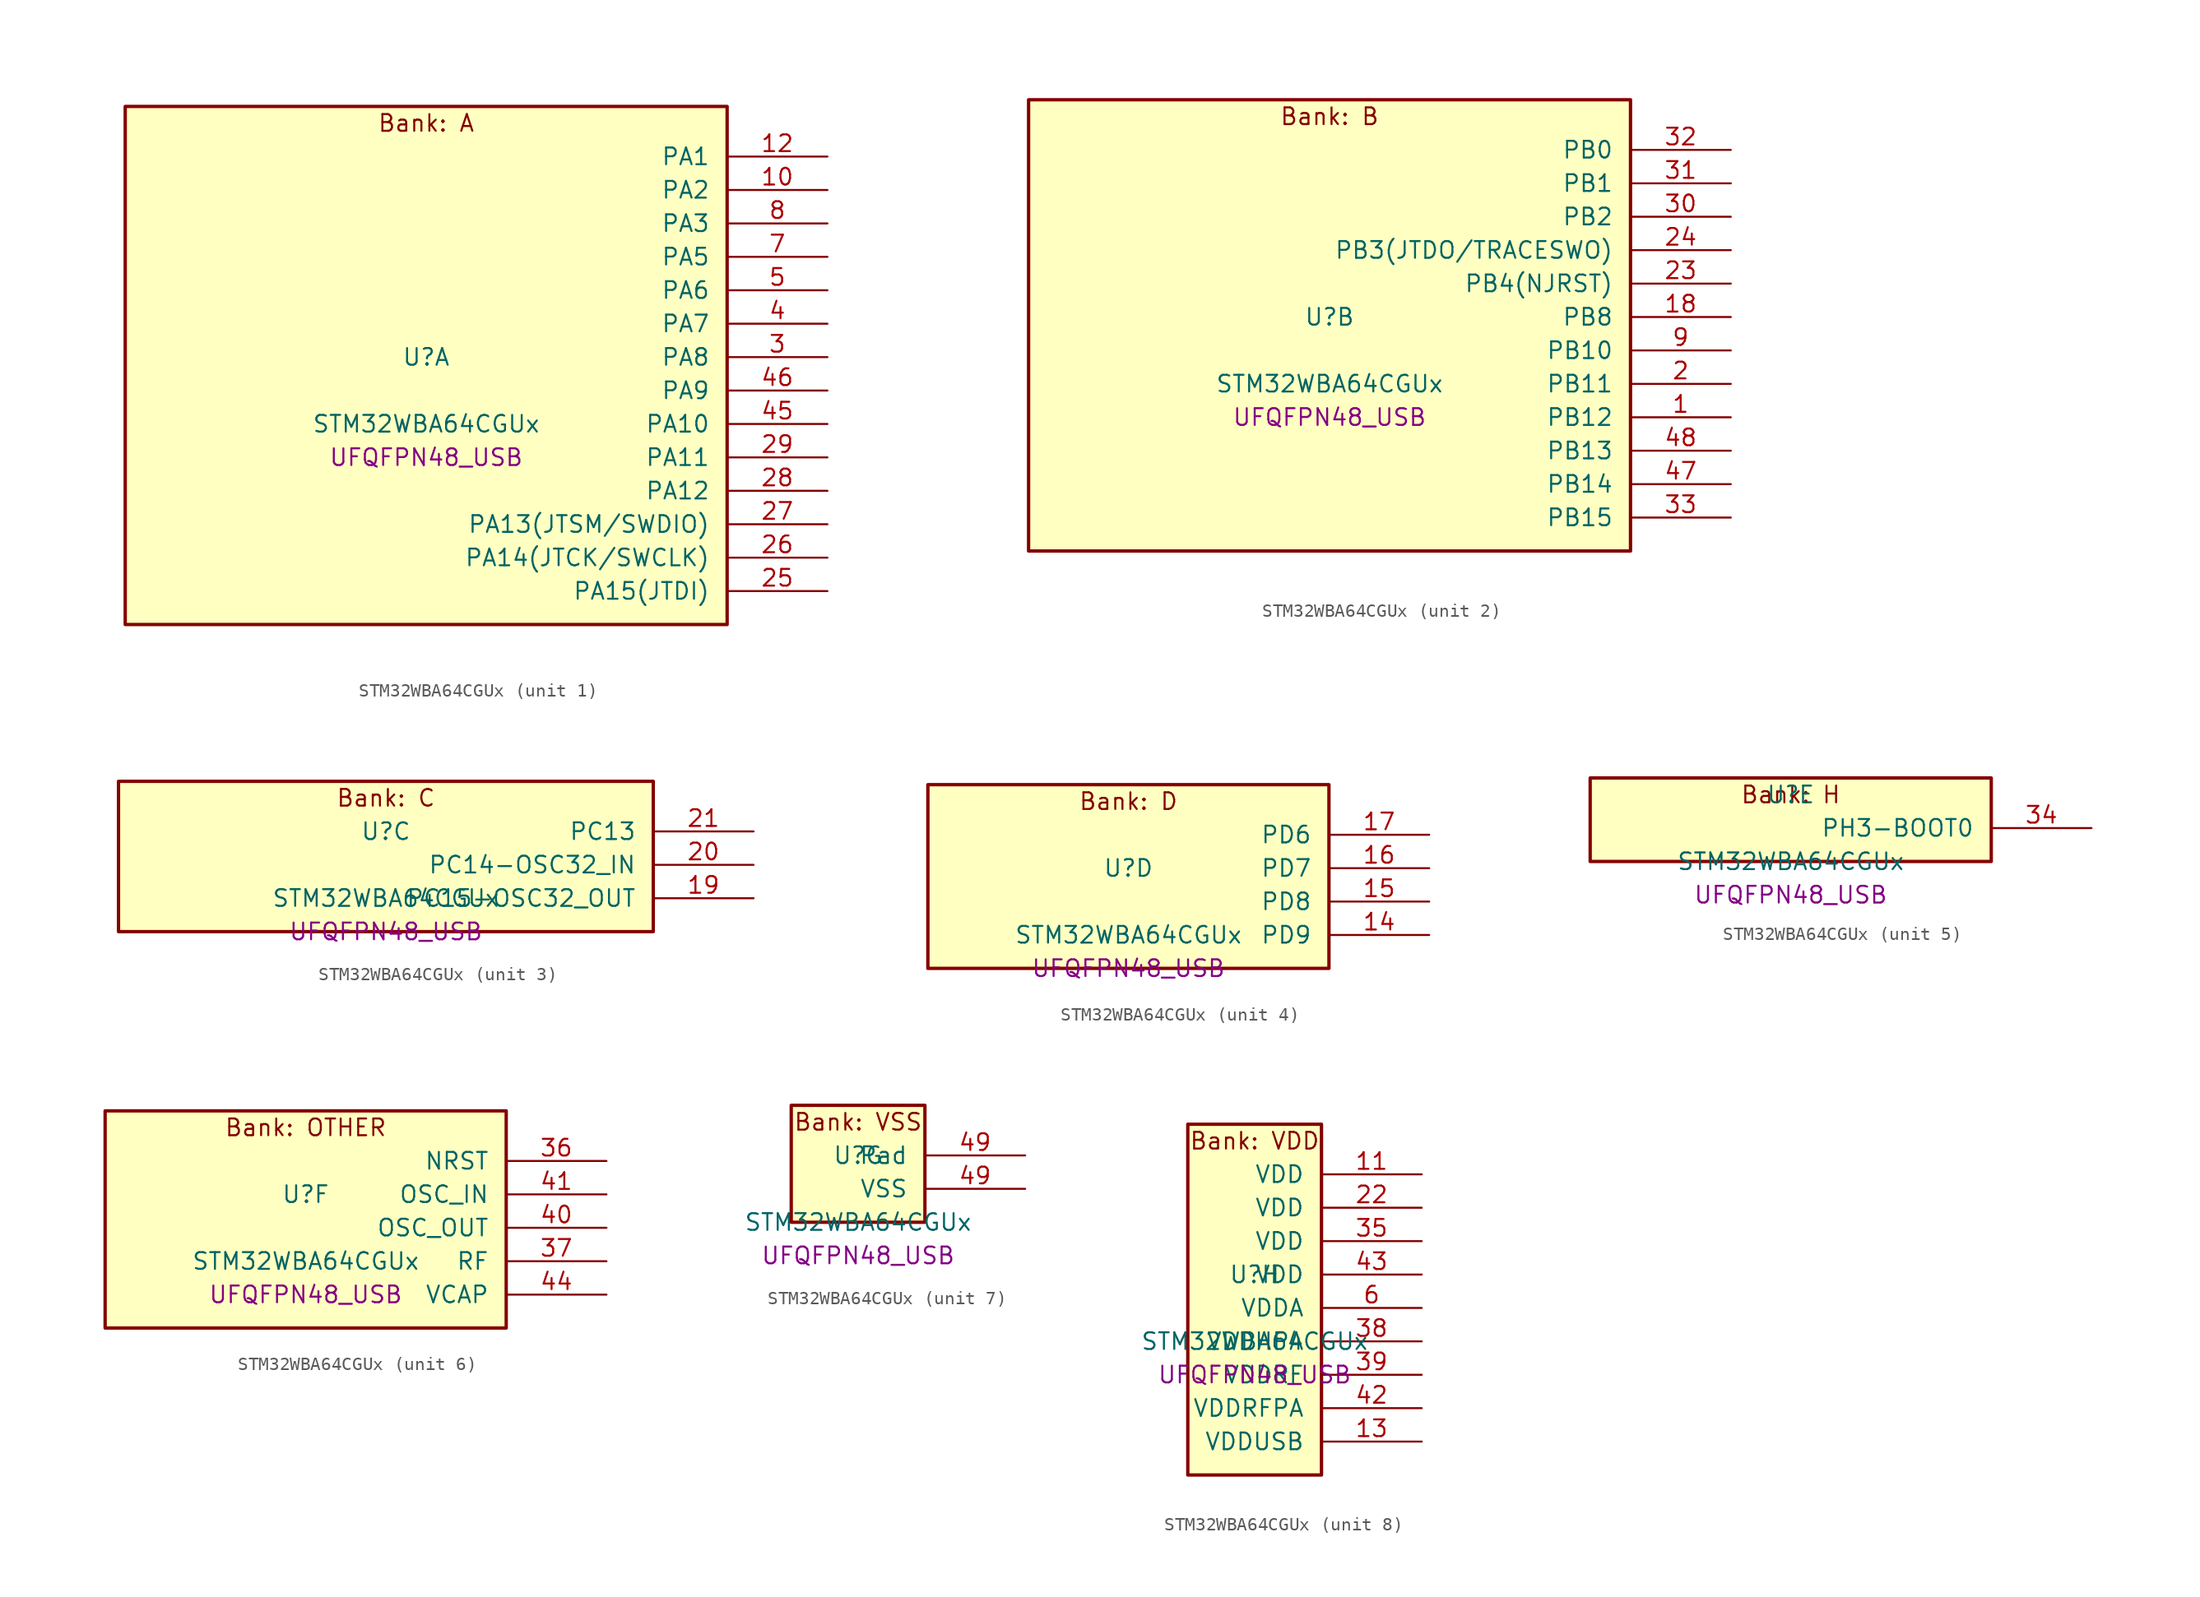
<source format=kicad_sym>
(kicad_symbol_lib
  (version 20241209)
  (generator "stm32_pkl_generator")
  (generator_version "1.0")
  (symbol "STM32WBA64CGUx"
    (pin_names
      (offset 1.27))
    (property "Reference" "U"
      (at 0 2.54 0))
    (property "Value" "STM32WBA64CGUx"
      (at 0 -2.54 0))
    (property "Footprint" "UFQFPN48_USB"
      (at 0 -5.08 0))
    (symbol "STM32WBA64CGUx_1_1"
      (rectangle (start -22.86 21.59) (end 22.86 -17.78) (stroke (width 0.254) (type solid)) (fill (type background)))
      (text "Bank: A" (at 0 20.32 0))
      (pin bidirectional line (at 30.48 17.78 180) (length 7.62) (name "PA1") (number "12") (alternate "PA1/ADC4_IN8" bidirectional line) (alternate "PA1/COMP1_INM" bidirectional line) (alternate "PA1/LPTIM2_CH2" bidirectional line) (alternate "PA1/LPUART1_RX" bidirectional line) (alternate "PA1/PWR_WKUP3" bidirectional line) (alternate "PA1/SAI1_CK1" bidirectional line) (alternate "PA1/SPI1_RDY" bidirectional line) (alternate "PA1/SPI3_MISO" bidirectional line) (alternate "PA1/TIM17_CH1" bidirectional line) (alternate "PA1/TIM1_CH1N" bidirectional line) (alternate "PA1/TIM3_CH2" bidirectional line) (alternate "PA1/TSC_G2_IO1" bidirectional line) (alternate "PA1/USART1_CK" bidirectional line))
      (pin bidirectional line (at 30.48 15.24 180) (length 7.62) (name "PA2") (number "10") (alternate "PA2/ADC4_IN7" bidirectional line) (alternate "PA2/COMP1_INP" bidirectional line) (alternate "PA2/LPUART1_TX" bidirectional line) (alternate "PA2/PWR_WKUP4" bidirectional line) (alternate "PA2/RCC_LSCO" bidirectional line) (alternate "PA2/SAI1_D1" bidirectional line) (alternate "PA2/TIM16_CH1" bidirectional line) (alternate "PA2/TIM1_BKIN" bidirectional line) (alternate "PA2/TIM3_CH1" bidirectional line) (alternate "PA2/TSC_G4_IO4" bidirectional line) (alternate "PA2/USART1_DE" bidirectional line) (alternate "PA2/USART1_RTS" bidirectional line))
      (pin bidirectional line (at 30.48 12.7 180) (length 7.62) (name "PA3") (number "8") (alternate "PA3/ADC4_IN6" bidirectional line) (alternate "PA3/PWR_WKUP5" bidirectional line) (alternate "PA3/TIM16_CH1N" bidirectional line) (alternate "PA3/TSC_G4_IO2" bidirectional line) (alternate "PA3/USART1_DE" bidirectional line) (alternate "PA3/USART1_RTS" bidirectional line))
      (pin bidirectional line (at 30.48 10.16 180) (length 7.62) (name "PA5") (number "7") (alternate "PA5/ADC4_IN4" bidirectional line) (alternate "PA5/AUDIOCLK" bidirectional line) (alternate "PA5/LPTIM2_ETR" bidirectional line) (alternate "PA5/PWR_CSLEEP" bidirectional line) (alternate "PA5/PWR_WKUP6" bidirectional line) (alternate "PA5/SAI1_D2" bidirectional line) (alternate "PA5/SPI3_NSS" bidirectional line) (alternate "PA5/TIM2_CH1" bidirectional line) (alternate "PA5/TIM2_ETR" bidirectional line) (alternate "PA5/TSC_G1_IO4" bidirectional line) (alternate "PA5/USART1_CK" bidirectional line) (alternate "PA5/USART3_RX" bidirectional line))
      (pin bidirectional line (at 30.48 7.62 180) (length 7.62) (name "PA6") (number "5") (alternate "PA6/ADC4_IN3" bidirectional line) (alternate "PA6/I2C3_SCL" bidirectional line) (alternate "PA6/PWR_CSTOP" bidirectional line) (alternate "PA6/PWR_WKUP7" bidirectional line) (alternate "PA6/SAI1_CK2" bidirectional line) (alternate "PA6/SAI1_MCLK_A" bidirectional line) (alternate "PA6/SPI3_RDY" bidirectional line) (alternate "PA6/TIM2_CH4" bidirectional line) (alternate "PA6/TSC_G1_IO3" bidirectional line) (alternate "PA6/USART1_DE" bidirectional line) (alternate "PA6/USART1_RTS" bidirectional line) (alternate "PA6/USART3_CTS" bidirectional line))
      (pin bidirectional line (at 30.48 5.08 180) (length 7.62) (name "PA7") (number "4") (alternate "PA7/ADC4_IN2" bidirectional line) (alternate "PA7/COMP1_OUT" bidirectional line) (alternate "PA7/I2C3_SDA" bidirectional line) (alternate "PA7/PWR_WKUP8" bidirectional line) (alternate "PA7/SAI1_SCK_A" bidirectional line) (alternate "PA7/SPI3_SCK" bidirectional line) (alternate "PA7/TAMP_IN1" bidirectional line) (alternate "PA7/TAMP_OUT2" bidirectional line) (alternate "PA7/TIM2_CH3" bidirectional line) (alternate "PA7/TSC_G1_IO2" bidirectional line) (alternate "PA7/USART1_CTS" bidirectional line) (alternate "PA7/USART3_TX" bidirectional line))
      (pin bidirectional line (at 30.48 2.54 180) (length 7.62) (name "PA8") (number "3") (alternate "PA8/ADC4_IN1" bidirectional line) (alternate "PA8/LPTIM1_CH2" bidirectional line) (alternate "PA8/RCC_MCO" bidirectional line) (alternate "PA8/SAI1_FS_A" bidirectional line) (alternate "PA8/SPI3_RDY" bidirectional line) (alternate "PA8/TIM2_CH2" bidirectional line) (alternate "PA8/TSC_G1_IO1" bidirectional line) (alternate "PA8/USART1_RX" bidirectional line) (alternate "PA8/USB_OTG_HS_SOF" bidirectional line))
      (pin bidirectional line (at 30.48 0 180) (length 7.62) (name "PA9") (number "46") (alternate "PA9/LPUART1_DE" bidirectional line) (alternate "PA9/LPUART1_RTS" bidirectional line) (alternate "PA9/SAI1_CK1" bidirectional line) (alternate "PA9/TIM3_CH2" bidirectional line))
      (pin bidirectional line (at 30.48 -2.54 180) (length 7.62) (name "PA10") (number "45") (alternate "PA10/LPUART1_RX" bidirectional line) (alternate "PA10/SAI1_D1" bidirectional line) (alternate "PA10/TIM3_CH1" bidirectional line))
      (pin bidirectional line (at 30.48 -5.08 180) (length 7.62) (name "PA11") (number "29") (alternate "PA11/LPTIM2_CH1" bidirectional line) (alternate "PA11/RF_ANTSW1" bidirectional line) (alternate "PA11/TIM1_CH1" bidirectional line) (alternate "PA11/USART2_RX" bidirectional line))
      (pin bidirectional line (at 30.48 -7.62 180) (length 7.62) (name "PA12") (number "28") (alternate "PA12/PTA_STATUS" bidirectional line) (alternate "PA12/PWR_WKUP6" bidirectional line) (alternate "PA12/RF_ANTSW0" bidirectional line) (alternate "PA12/SPI1_NSS" bidirectional line) (alternate "PA12/TIM1_CH2" bidirectional line) (alternate "PA12/TSC_G3_IO4" bidirectional line) (alternate "PA12/USART2_TX" bidirectional line))
      (pin bidirectional line (at 30.48 -10.16 180) (length 7.62) (name "PA13(JTSM/SWDIO)") (number "27") (alternate "PA13(JTSM/SWDIO)/DEBUG_JTMS-SWDIO" bidirectional line) (alternate "PA13(JTSM/SWDIO)/PTA_PRIORITY" bidirectional line))
      (pin bidirectional line (at 30.48 -12.7 180) (length 7.62) (name "PA14(JTCK/SWCLK)") (number "26") (alternate "PA14(JTCK/SWCLK)/DEBUG_JTCK-SWCLK" bidirectional line) (alternate "PA14(JTCK/SWCLK)/I2C4_SMBA" bidirectional line) (alternate "PA14(JTCK/SWCLK)/PTA_STATUS" bidirectional line) (alternate "PA14(JTCK/SWCLK)/TAMP_IN3" bidirectional line) (alternate "PA14(JTCK/SWCLK)/TAMP_OUT6" bidirectional line) (alternate "PA14(JTCK/SWCLK)/USART2_TX" bidirectional line) (alternate "PA14(JTCK/SWCLK)/USB_OTG_HS_SOF" bidirectional line))
      (pin bidirectional line (at 30.48 -15.24 180) (length 7.62) (name "PA15(JTDI)") (number "25") (alternate "PA15(JTDI)/ADC4_EXTI15" bidirectional line) (alternate "PA15(JTDI)/DEBUG_JTDI" bidirectional line) (alternate "PA15(JTDI)/I2C1_SCL" bidirectional line) (alternate "PA15(JTDI)/LPTIM1_CH2" bidirectional line) (alternate "PA15(JTDI)/PTA_STATUS" bidirectional line) (alternate "PA15(JTDI)/SPI1_MOSI" bidirectional line) (alternate "PA15(JTDI)/TIM17_BKIN" bidirectional line) (alternate "PA15(JTDI)/TIM1_ETR" bidirectional line) (alternate "PA15(JTDI)/TSC_G3_IO3" bidirectional line) (alternate "PA15(JTDI)/USART2_DE" bidirectional line) (alternate "PA15(JTDI)/USART2_RTS" bidirectional line) (alternate "PA15(JTDI)/USART3_DE" bidirectional line) (alternate "PA15(JTDI)/USART3_RTS" bidirectional line)))
    (symbol "STM32WBA64CGUx_2_1"
      (rectangle (start -22.86 19.05) (end 22.86 -15.24) (stroke (width 0.254) (type solid)) (fill (type background)))
      (text "Bank: B" (at 0 17.78 0))
      (pin bidirectional line (at 30.48 15.24 180) (length 7.62) (name "PB0") (number "32") (alternate "PB0/LPTIM2_IN2" bidirectional line) (alternate "PB0/TIM1_CH3N" bidirectional line) (alternate "PB0/USART2_TX" bidirectional line) (alternate "PB0/USART3_CK" bidirectional line))
      (pin bidirectional line (at 30.48 12.7 180) (length 7.62) (name "PB1") (number "31") (alternate "PB1/I2C1_SDA" bidirectional line) (alternate "PB1/I2C3_SDA" bidirectional line) (alternate "PB1/PWR_WKUP4" bidirectional line) (alternate "PB1/TIM1_CH2N" bidirectional line) (alternate "PB1/USART2_DE" bidirectional line) (alternate "PB1/USART2_RTS" bidirectional line) (alternate "PB1/USART3_DE" bidirectional line) (alternate "PB1/USART3_RTS" bidirectional line))
      (pin bidirectional line (at 30.48 10.16 180) (length 7.62) (name "PB2") (number "30") (alternate "PB2/I2C1_SCL" bidirectional line) (alternate "PB2/I2C3_SCL" bidirectional line) (alternate "PB2/PWR_WKUP1" bidirectional line) (alternate "PB2/RF_ANTSW2" bidirectional line) (alternate "PB2/RTC_OUT2" bidirectional line) (alternate "PB2/TIM1_CH1N" bidirectional line) (alternate "PB2/USART2_CTS" bidirectional line))
      (pin bidirectional line (at 30.48 7.62 180) (length 7.62) (name "PB3(JTDO/TRACESWO)") (number "24") (alternate "PB3(JTDO/TRACESWO)/DEBUG_JTDO-SWO" bidirectional line) (alternate "PB3(JTDO/TRACESWO)/I2C1_SDA" bidirectional line) (alternate "PB3(JTDO/TRACESWO)/LPTIM1_IN2" bidirectional line) (alternate "PB3(JTDO/TRACESWO)/PTA_ACTIVE" bidirectional line) (alternate "PB3(JTDO/TRACESWO)/SPI1_MISO" bidirectional line) (alternate "PB3(JTDO/TRACESWO)/TIM17_CH1N" bidirectional line) (alternate "PB3(JTDO/TRACESWO)/TIM1_CH4" bidirectional line) (alternate "PB3(JTDO/TRACESWO)/TSC_G3_IO2" bidirectional line) (alternate "PB3(JTDO/TRACESWO)/USART2_CK" bidirectional line))
      (pin bidirectional line (at 30.48 5.08 180) (length 7.62) (name "PB4(NJRST)") (number "23") (alternate "PB4(NJRST)/DEBUG_NJTRST" bidirectional line) (alternate "PB4(NJRST)/LPTIM2_IN2" bidirectional line) (alternate "PB4(NJRST)/PTA_ACTIVE" bidirectional line) (alternate "PB4(NJRST)/PTA_PRIORITY" bidirectional line) (alternate "PB4(NJRST)/SAI1_MCLK_B" bidirectional line) (alternate "PB4(NJRST)/SPI1_SCK" bidirectional line) (alternate "PB4(NJRST)/TIM17_CH1" bidirectional line) (alternate "PB4(NJRST)/TIM1_CH3" bidirectional line) (alternate "PB4(NJRST)/TSC_G3_IO1" bidirectional line) (alternate "PB4(NJRST)/USART2_RX" bidirectional line))
      (pin bidirectional line (at 30.48 2.54 180) (length 7.62) (name "PB8") (number "18") (alternate "PB8/COMP1_OUT" bidirectional line) (alternate "PB8/LPTIM1_ETR" bidirectional line) (alternate "PB8/PWR_PVD_IN" bidirectional line) (alternate "PB8/SPI3_MOSI" bidirectional line) (alternate "PB8/TIM16_CH1N" bidirectional line) (alternate "PB8/TIM1_CH1" bidirectional line) (alternate "PB8/TIM3_ETR" bidirectional line) (alternate "PB8/TIM4_CH3" bidirectional line) (alternate "PB8/TSC_G2_IO4" bidirectional line) (alternate "PB8/USART2_RX" bidirectional line))
      (pin bidirectional line (at 30.48 0 180) (length 7.62) (name "PB10") (number "9") (alternate "PB10/I2C2_SCL" bidirectional line) (alternate "PB10/I2C4_SCL" bidirectional line) (alternate "PB10/TIM16_BKIN" bidirectional line) (alternate "PB10/TSC_G4_IO3" bidirectional line) (alternate "PB10/USART1_CK" bidirectional line) (alternate "PB10/USART3_TX" bidirectional line))
      (pin bidirectional line (at 30.48 -2.54 180) (length 7.62) (name "PB11") (number "2") (alternate "PB11/I2C2_SDA" bidirectional line) (alternate "PB11/I2C4_SDA" bidirectional line) (alternate "PB11/LPTIM1_CH1" bidirectional line) (alternate "PB11/LPTIM1_ETR" bidirectional line) (alternate "PB11/LPUART1_TX" bidirectional line) (alternate "PB11/USART3_RX" bidirectional line))
      (pin bidirectional line (at 30.48 -5.08 180) (length 7.62) (name "PB12") (number "1") (alternate "PB12/I2C2_SMBA" bidirectional line) (alternate "PB12/SAI1_SD_A" bidirectional line) (alternate "PB12/SPI1_RDY" bidirectional line) (alternate "PB12/TIM2_CH1" bidirectional line) (alternate "PB12/TIM2_ETR" bidirectional line) (alternate "PB12/TIM3_ETR" bidirectional line) (alternate "PB12/TSC_SYNC" bidirectional line) (alternate "PB12/USART1_TX" bidirectional line) (alternate "PB12/USART3_CK" bidirectional line))
      (pin bidirectional line (at 30.48 -7.62 180) (length 7.62) (name "PB13") (number "48") (alternate "PB13/I2C2_SCL" bidirectional line) (alternate "PB13/TIM3_CH4" bidirectional line) (alternate "PB13/TSC_G6_IO2" bidirectional line) (alternate "PB13/USART3_CTS" bidirectional line))
      (pin bidirectional line (at 30.48 -10.16 180) (length 7.62) (name "PB14") (number "47") (alternate "PB14/I2C2_SDA" bidirectional line) (alternate "PB14/PWR_WKUP7" bidirectional line) (alternate "PB14/RTC_REFIN" bidirectional line) (alternate "PB14/SAI1_SD_A" bidirectional line) (alternate "PB14/TIM3_CH3" bidirectional line) (alternate "PB14/TSC_G6_IO1" bidirectional line) (alternate "PB14/USART1_TX" bidirectional line) (alternate "PB14/USART3_DE" bidirectional line) (alternate "PB14/USART3_RTS" bidirectional line))
      (pin bidirectional line (at 30.48 -12.7 180) (length 7.62) (name "PB15") (number "33") (alternate "PB15/ADC4_EXTI15" bidirectional line) (alternate "PB15/I2C1_SMBA" bidirectional line) (alternate "PB15/I2C3_SMBA" bidirectional line) (alternate "PB15/LPUART1_CTS" bidirectional line) (alternate "PB15/PTA_GRANT" bidirectional line) (alternate "PB15/RF_EXTPABYP" bidirectional line) (alternate "PB15/TIM16_BKIN" bidirectional line) (alternate "PB15/TIM1_BKIN2" bidirectional line) (alternate "PB15/USART2_CTS" bidirectional line)))
    (symbol "STM32WBA64CGUx_3_1"
      (rectangle (start -20.32 6.35) (end 20.32 -5.08) (stroke (width 0.254) (type solid)) (fill (type background)))
      (text "Bank: C" (at 0 5.08 0))
      (pin bidirectional line (at 27.94 2.54 180) (length 7.62) (name "PC13") (number "21") (alternate "PC13/PWR_WKUP2" bidirectional line) (alternate "PC13/RTC_OUT1" bidirectional line) (alternate "PC13/RTC_TS" bidirectional line) (alternate "PC13/TAMP_IN4" bidirectional line) (alternate "PC13/TAMP_OUT5" bidirectional line) (alternate "PC13/TIM1_BKIN2" bidirectional line) (alternate "PC13/TSC_G5_IO1" bidirectional line))
      (pin bidirectional line (at 27.94 0 180) (length 7.62) (name "PC14-OSC32_IN") (number "20") (alternate "PC14-OSC32_IN/RCC_OSC32_IN" bidirectional line))
      (pin bidirectional line (at 27.94 -2.54 180) (length 7.62) (name "PC15-OSC32_OUT") (number "19") (alternate "PC15-OSC32_OUT/ADC4_EXTI15" bidirectional line) (alternate "PC15-OSC32_OUT/RCC_OSC32_OUT" bidirectional line)))
    (symbol "STM32WBA64CGUx_4_1"
      (rectangle (start -15.24 8.89) (end 15.24 -5.08) (stroke (width 0.254) (type solid)) (fill (type background)))
      (text "Bank: D" (at 0 7.62 0))
      (pin bidirectional line (at 22.86 5.08 180) (length 7.62) (name "PD6") (number "17") (alternate "PD6/USB_OTG_HS_DP" bidirectional line))
      (pin bidirectional line (at 22.86 2.54 180) (length 7.62) (name "PD7") (number "16") (alternate "PD7/USB_OTG_HS_DM" bidirectional line))
      (pin bidirectional line (at 22.86 0 180) (length 7.62) (name "PD8") (number "15") (alternate "PD8/USART2_CK" bidirectional line) (alternate "PD8/USB_OTG_HS_ID" bidirectional line))
      (pin bidirectional line (at 22.86 -2.54 180) (length 7.62) (name "PD9") (number "14") (alternate "PD9/USART2_TX" bidirectional line) (alternate "PD9/USART3_TX" bidirectional line) (alternate "PD9/USB_OTG_HS_VBUS" bidirectional line)))
    (symbol "STM32WBA64CGUx_5_1"
      (rectangle (start -15.24 3.81) (end 15.24 -2.54) (stroke (width 0.254) (type solid)) (fill (type background)))
      (text "Bank: H" (at 0 2.54 0))
      (pin bidirectional line (at 22.86 0 180) (length 7.62) (name "PH3-BOOT0") (number "34") (alternate "PH3-BOOT0/PTA_GRANT" bidirectional line) (alternate "PH3-BOOT0/RF_EXTPABYP" bidirectional line) (alternate "PH3-BOOT0/TAMP_IN2" bidirectional line) (alternate "PH3-BOOT0/TAMP_OUT1" bidirectional line)))
    (symbol "STM32WBA64CGUx_6_1"
      (rectangle (start -15.24 8.89) (end 15.24 -7.62) (stroke (width 0.254) (type solid)) (fill (type background)))
      (text "Bank: OTHER" (at 0 7.62 0))
      (pin input line (at 22.86 5.08 180) (length 7.62) (name "NRST") (number "36"))
      (pin bidirectional line (at 22.86 2.54 180) (length 7.62) (name "OSC_IN") (number "41") (alternate "OSC_IN/RCC_OSC_IN" bidirectional line))
      (pin bidirectional line (at 22.86 0 180) (length 7.62) (name "OSC_OUT") (number "40") (alternate "OSC_OUT/RCC_OSC_OUT" bidirectional line))
      (pin bidirectional line (at 22.86 -2.54 180) (length 7.62) (name "RF") (number "37"))
      (pin power_in line (at 22.86 -5.08 180) (length 7.62) (name "VCAP") (number "44")))
    (symbol "STM32WBA64CGUx_7_1"
      (rectangle (start -5.08 6.35) (end 5.08 -2.54) (stroke (width 0.254) (type solid)) (fill (type background)))
      (text "Bank: VSS" (at 0 5.08 0))
      (pin passive line (at 12.7 2.54 180) (length 7.62) (name "Pad") (number "49"))
      (pin power_in line (at 12.7 0 180) (length 7.62) (name "VSS") (number "49")))
    (symbol "STM32WBA64CGUx_8_1"
      (rectangle (start -5.08 13.97) (end 5.08 -12.7) (stroke (width 0.254) (type solid)) (fill (type background)))
      (text "Bank: VDD" (at 0 12.7 0))
      (pin power_in line (at 12.7 10.16 180) (length 7.62) (name "VDD") (number "11"))
      (pin power_in line (at 12.7 7.62 180) (length 7.62) (name "VDD") (number "22"))
      (pin power_in line (at 12.7 5.08 180) (length 7.62) (name "VDD") (number "35"))
      (pin power_in line (at 12.7 2.54 180) (length 7.62) (name "VDD") (number "43"))
      (pin power_in line (at 12.7 0 180) (length 7.62) (name "VDDA") (number "6"))
      (pin power_in line (at 12.7 -2.54 180) (length 7.62) (name "VDDHPA") (number "38"))
      (pin power_in line (at 12.7 -5.08 180) (length 7.62) (name "VDDRF") (number "39"))
      (pin power_in line (at 12.7 -7.62 180) (length 7.62) (name "VDDRFPA") (number "42"))
      (pin power_in line (at 12.7 -10.16 180) (length 7.62) (name "VDDUSB") (number "13")))))
</source>
